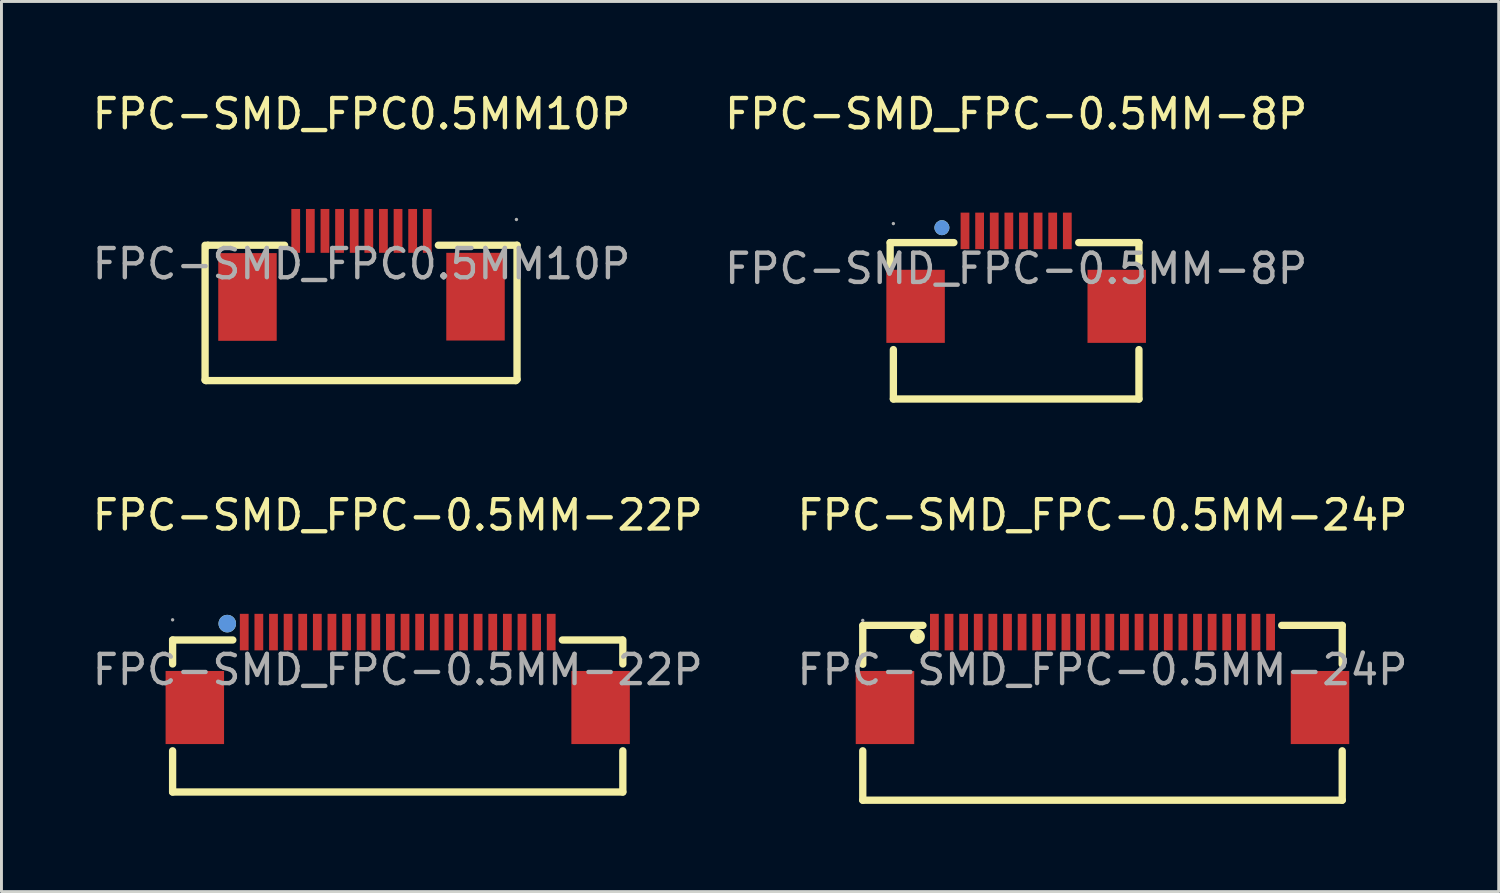
<source format=kicad_pcb>
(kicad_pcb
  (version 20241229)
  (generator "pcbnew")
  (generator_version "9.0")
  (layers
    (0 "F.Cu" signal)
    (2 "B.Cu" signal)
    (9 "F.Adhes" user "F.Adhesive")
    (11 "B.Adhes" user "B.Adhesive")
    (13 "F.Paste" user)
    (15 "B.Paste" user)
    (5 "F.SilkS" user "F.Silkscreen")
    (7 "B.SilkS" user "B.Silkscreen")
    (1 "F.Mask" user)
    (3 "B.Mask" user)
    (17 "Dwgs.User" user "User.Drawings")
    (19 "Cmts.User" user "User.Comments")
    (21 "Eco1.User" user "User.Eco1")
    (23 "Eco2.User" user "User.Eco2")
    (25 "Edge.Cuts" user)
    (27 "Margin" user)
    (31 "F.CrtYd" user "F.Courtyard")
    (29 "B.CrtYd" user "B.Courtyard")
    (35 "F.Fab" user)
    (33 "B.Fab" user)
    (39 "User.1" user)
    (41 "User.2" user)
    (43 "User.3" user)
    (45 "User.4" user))
  (footprint "FPC-SMD_FPC0.5MM10P"
    (layer "F.Cu")
    (at 9.315 5.978)
    (property "Reference" "FPC-SMD_FPC0.5MM10P" (at 0 -5.13 0) (layer "F.SilkS") (effects (font (size 1 1) (thickness 0.15))))
    (attr through_hole)
    (fp_line (start -5.35 -0.64) (end -5.35 3.97) (stroke (width 0.25) (type solid)) (layer "F.SilkS"))
    (fp_line (start -5.35 3.97) (end -5.32 3.99) (stroke (width 0.25) (type solid)) (layer "F.SilkS"))
    (fp_line (start -5.32 3.99) (end 5.28 3.99) (stroke (width 0.25) (type solid)) (layer "F.SilkS"))
    (fp_line (start -5.26 -0.64) (end -5.31 -0.59) (stroke (width 0.25) (type solid)) (layer "F.SilkS"))
    (fp_line (start -2.63 -0.64) (end -5.26 -0.64) (stroke (width 0.25) (type solid)) (layer "F.SilkS"))
    (fp_line (start 5.28 3.99) (end 5.32 3.95) (stroke (width 0.25) (type solid)) (layer "F.SilkS"))
    (fp_line (start 5.32 -0.64) (end 2.63 -0.64) (stroke (width 0.25) (type solid)) (layer "F.SilkS"))
    (fp_line (start 5.32 3.95) (end 5.32 -0.64) (stroke (width 0.25) (type solid)) (layer "F.SilkS"))
    (fp_circle (center 5.3 -1.52) (end 5.33 -1.52) (stroke (width 0.06) (type solid)) (fill no) (layer "F.Fab"))
    (fp_text user "${REFERENCE}" (at 0 0 0) (layer "F.Fab") (effects (font (size 1 1) (thickness 0.15))))
    (pad "1" smd rect (at 2.25 -1.13) (size 0.3 1.5) (layers "F.Cu" "F.Mask" "F.Paste"))
    (pad "2" smd rect (at 1.75 -1.13) (size 0.3 1.5) (layers "F.Cu" "F.Mask" "F.Paste"))
    (pad "3" smd rect (at 1.25 -1.13) (size 0.3 1.5) (layers "F.Cu" "F.Mask" "F.Paste"))
    (pad "4" smd rect (at 0.75 -1.13) (size 0.3 1.5) (layers "F.Cu" "F.Mask" "F.Paste"))
    (pad "5" smd rect (at 0.25 -1.13) (size 0.3 1.5) (layers "F.Cu" "F.Mask" "F.Paste"))
    (pad "6" smd rect (at -0.25 -1.13) (size 0.3 1.5) (layers "F.Cu" "F.Mask" "F.Paste"))
    (pad "7" smd rect (at -0.75 -1.13) (size 0.3 1.5) (layers "F.Cu" "F.Mask" "F.Paste"))
    (pad "8" smd rect (at -1.25 -1.13) (size 0.3 1.5) (layers "F.Cu" "F.Mask" "F.Paste"))
    (pad "9" smd rect (at -1.75 -1.13) (size 0.3 1.5) (layers "F.Cu" "F.Mask" "F.Paste"))
    (pad "10" smd rect (at -2.25 -1.13) (size 0.3 1.5) (layers "F.Cu" "F.Mask" "F.Paste"))
    (pad "11" smd rect (at -3.9 1.13) (size 2 3) (layers "F.Cu" "F.Mask" "F.Paste"))
    (pad "12" smd rect (at 3.9 1.12) (size 2 3) (layers "F.Cu" "F.Mask" "F.Paste")))
  (footprint "FPC-SMD_FPC-0.5MM-24P"
    (layer "F.Cu")
    (at 34.661 19.861)
    (property "Reference" "FPC-SMD_FPC-0.5MM-24P" (at 0 -5.29 0) (layer "F.SilkS") (effects (font (size 1 1) (thickness 0.15))))
    (attr through_hole)
    (fp_line (start -8.2 -0.19) (end -8.2 -1.5) (stroke (width 0.25) (type solid)) (layer "F.SilkS"))
    (fp_line (start -8.2 4.46) (end -8.2 2.77) (stroke (width 0.25) (type solid)) (layer "F.SilkS"))
    (fp_line (start -6.14 -1.52) (end -8.2 -1.52) (stroke (width 0.25) (type solid)) (layer "F.SilkS"))
    (fp_line (start 8.2 -1.52) (end 6.13 -1.52) (stroke (width 0.25) (type solid)) (layer "F.SilkS"))
    (fp_line (start 8.2 -0.19) (end 8.2 -1.52) (stroke (width 0.25) (type solid)) (layer "F.SilkS"))
    (fp_line (start 8.2 4.46) (end -8.2 4.46) (stroke (width 0.25) (type solid)) (layer "F.SilkS"))
    (fp_line (start 8.2 4.46) (end 8.2 2.77) (stroke (width 0.25) (type solid)) (layer "F.SilkS"))
    (fp_circle (center -6.33 -1.14) (end -6.2 -1.14) (stroke (width 0.25) (type solid)) (fill no) (layer "F.SilkS"))
    (fp_circle (center -8.2 -1.69) (end -8.17 -1.69) (stroke (width 0.06) (type solid)) (fill no) (layer "F.Fab"))
    (fp_text user "${REFERENCE}" (at 0 0 0) (layer "F.Fab") (effects (font (size 1 1) (thickness 0.15))))
    (pad "1" smd rect (at -5.75 -1.29) (size 0.3 1.25) (layers "F.Cu" "F.Mask" "F.Paste"))
    (pad "2" smd rect (at -5.25 -1.29) (size 0.3 1.25) (layers "F.Cu" "F.Mask" "F.Paste"))
    (pad "3" smd rect (at -4.75 -1.29) (size 0.3 1.25) (layers "F.Cu" "F.Mask" "F.Paste"))
    (pad "4" smd rect (at -4.25 -1.29) (size 0.3 1.25) (layers "F.Cu" "F.Mask" "F.Paste"))
    (pad "5" smd rect (at -3.75 -1.29) (size 0.3 1.25) (layers "F.Cu" "F.Mask" "F.Paste"))
    (pad "6" smd rect (at -3.25 -1.29) (size 0.3 1.25) (layers "F.Cu" "F.Mask" "F.Paste"))
    (pad "7" smd rect (at -2.75 -1.29) (size 0.3 1.25) (layers "F.Cu" "F.Mask" "F.Paste"))
    (pad "8" smd rect (at -2.25 -1.29) (size 0.3 1.25) (layers "F.Cu" "F.Mask" "F.Paste"))
    (pad "9" smd rect (at -1.75 -1.29) (size 0.3 1.25) (layers "F.Cu" "F.Mask" "F.Paste"))
    (pad "10" smd rect (at -1.25 -1.29) (size 0.3 1.25) (layers "F.Cu" "F.Mask" "F.Paste"))
    (pad "11" smd rect (at -0.75 -1.29) (size 0.3 1.25) (layers "F.Cu" "F.Mask" "F.Paste"))
    (pad "12" smd rect (at -0.25 -1.29) (size 0.3 1.25) (layers "F.Cu" "F.Mask" "F.Paste"))
    (pad "13" smd rect (at 0.25 -1.29) (size 0.3 1.25) (layers "F.Cu" "F.Mask" "F.Paste"))
    (pad "14" smd rect (at 0.75 -1.29) (size 0.3 1.25) (layers "F.Cu" "F.Mask" "F.Paste"))
    (pad "15" smd rect (at 1.25 -1.29) (size 0.3 1.25) (layers "F.Cu" "F.Mask" "F.Paste"))
    (pad "16" smd rect (at 1.75 -1.29) (size 0.3 1.25) (layers "F.Cu" "F.Mask" "F.Paste"))
    (pad "17" smd rect (at 2.25 -1.29) (size 0.3 1.25) (layers "F.Cu" "F.Mask" "F.Paste"))
    (pad "18" smd rect (at 2.75 -1.29) (size 0.3 1.25) (layers "F.Cu" "F.Mask" "F.Paste"))
    (pad "19" smd rect (at 3.25 -1.29) (size 0.3 1.25) (layers "F.Cu" "F.Mask" "F.Paste"))
    (pad "20" smd rect (at 3.75 -1.29) (size 0.3 1.25) (layers "F.Cu" "F.Mask" "F.Paste"))
    (pad "21" smd rect (at 4.25 -1.29) (size 0.3 1.25) (layers "F.Cu" "F.Mask" "F.Paste"))
    (pad "22" smd rect (at 4.75 -1.29) (size 0.3 1.25) (layers "F.Cu" "F.Mask" "F.Paste"))
    (pad "23" smd rect (at 5.25 -1.29) (size 0.3 1.25) (layers "F.Cu" "F.Mask" "F.Paste"))
    (pad "24" smd rect (at 5.75 -1.29) (size 0.3 1.25) (layers "F.Cu" "F.Mask" "F.Paste"))
    (pad "25" smd rect (at 7.44 1.29) (size 2 2.5) (layers "F.Cu" "F.Mask" "F.Paste"))
    (pad "26" smd rect (at -7.44 1.29) (size 2 2.5) (layers "F.Cu" "F.Mask" "F.Paste")))
  (footprint "FPC-SMD_FPC-0.5MM-8P"
    (layer "F.Cu")
    (at 31.708 6.138)
    (property "Reference" "FPC-SMD_FPC-0.5MM-8P" (at 0 -5.29 0) (layer "F.SilkS") (effects (font (size 1 1) (thickness 0.15))))
    (attr through_hole)
    (fp_line (start -4.31 -0.89) (end -4.31 -0.13) (stroke (width 0.25) (type solid)) (layer "F.SilkS"))
    (fp_line (start -4.2 4.46) (end -4.2 2.77) (stroke (width 0.25) (type solid)) (layer "F.SilkS"))
    (fp_line (start -2.13 -0.89) (end -4.31 -0.89) (stroke (width 0.25) (type solid)) (layer "F.SilkS"))
    (fp_line (start 4.2 -0.89) (end 2.14 -0.89) (stroke (width 0.25) (type solid)) (layer "F.SilkS"))
    (fp_line (start 4.2 -0.19) (end 4.2 -0.89) (stroke (width 0.25) (type solid)) (layer "F.SilkS"))
    (fp_line (start 4.2 4.46) (end -4.2 4.46) (stroke (width 0.25) (type solid)) (layer "F.SilkS"))
    (fp_line (start 4.2 4.46) (end 4.2 2.77) (stroke (width 0.25) (type solid)) (layer "F.SilkS"))
    (fp_circle (center -2.54 -1.4) (end -2.41 -1.4) (stroke (width 0.25) (type solid)) (fill no) (layer "F.SilkS"))
    (fp_circle (center -2.54 -1.4) (end -2.41 -1.4) (stroke (width 0.25) (type solid)) (fill no) (layer "Cmts.User"))
    (fp_circle (center -4.2 -1.54) (end -4.17 -1.54) (stroke (width 0.06) (type solid)) (fill no) (layer "F.Fab"))
    (fp_text user "${REFERENCE}" (at 0 0 0) (layer "F.Fab") (effects (font (size 1 1) (thickness 0.15))))
    (pad "1" smd rect (at -1.75 -1.29) (size 0.3 1.25) (layers "F.Cu" "F.Mask" "F.Paste"))
    (pad "2" smd rect (at -1.25 -1.29) (size 0.3 1.25) (layers "F.Cu" "F.Mask" "F.Paste"))
    (pad "3" smd rect (at -0.75 -1.29) (size 0.3 1.25) (layers "F.Cu" "F.Mask" "F.Paste"))
    (pad "4" smd rect (at -0.25 -1.29) (size 0.3 1.25) (layers "F.Cu" "F.Mask" "F.Paste"))
    (pad "5" smd rect (at 0.25 -1.29) (size 0.3 1.25) (layers "F.Cu" "F.Mask" "F.Paste"))
    (pad "6" smd rect (at 0.75 -1.29) (size 0.3 1.25) (layers "F.Cu" "F.Mask" "F.Paste"))
    (pad "7" smd rect (at 1.25 -1.29) (size 0.3 1.25) (layers "F.Cu" "F.Mask" "F.Paste"))
    (pad "8" smd rect (at 1.75 -1.29) (size 0.3 1.25) (layers "F.Cu" "F.Mask" "F.Paste"))
    (pad "9" smd rect (at 3.44 1.29) (size 2 2.5) (layers "F.Cu" "F.Mask" "F.Paste"))
    (pad "10" smd rect (at -3.44 1.29) (size 2 2.5) (layers "F.Cu" "F.Mask" "F.Paste")))
  (footprint "FPC-SMD_FPC-0.5MM-22P"
    (layer "F.Cu")
    (at 10.554 19.861)
    (property "Reference" "FPC-SMD_FPC-0.5MM-22P" (at 0 -5.29 0) (layer "F.SilkS") (effects (font (size 1 1) (thickness 0.15))))
    (attr through_hole)
    (fp_line (start -7.7 -1.02) (end -5.64 -1.02) (stroke (width 0.25) (type solid)) (layer "F.SilkS"))
    (fp_line (start -7.7 -0.2) (end -7.7 -1.02) (stroke (width 0.25) (type solid)) (layer "F.SilkS"))
    (fp_line (start -7.7 4.18) (end -7.7 2.77) (stroke (width 0.25) (type solid)) (layer "F.SilkS"))
    (fp_line (start 5.63 -1.02) (end 7.68 -1.02) (stroke (width 0.25) (type solid)) (layer "F.SilkS"))
    (fp_line (start 7.7 -1.02) (end 7.7 -0.2) (stroke (width 0.25) (type solid)) (layer "F.SilkS"))
    (fp_line (start 7.7 2.77) (end 7.7 4.18) (stroke (width 0.25) (type solid)) (layer "F.SilkS"))
    (fp_line (start 7.7 4.18) (end -7.7 4.18) (stroke (width 0.25) (type solid)) (layer "F.SilkS"))
    (fp_circle (center -5.83 -1.58) (end -5.68 -1.58) (stroke (width 0.3) (type solid)) (fill no) (layer "F.SilkS"))
    (fp_circle (center -5.83 -1.58) (end -5.68 -1.58) (stroke (width 0.3) (type solid)) (fill no) (layer "Cmts.User"))
    (fp_circle (center -7.7 -1.71) (end -7.67 -1.71) (stroke (width 0.06) (type solid)) (fill no) (layer "F.Fab"))
    (fp_text user "${REFERENCE}" (at 0 0 0) (layer "F.Fab") (effects (font (size 1 1) (thickness 0.15))))
    (pad "1" smd rect (at -5.25 -1.29) (size 0.3 1.25) (layers "F.Cu" "F.Mask" "F.Paste"))
    (pad "2" smd rect (at -4.75 -1.29) (size 0.3 1.25) (layers "F.Cu" "F.Mask" "F.Paste"))
    (pad "3" smd rect (at -4.25 -1.29) (size 0.3 1.25) (layers "F.Cu" "F.Mask" "F.Paste"))
    (pad "4" smd rect (at -3.75 -1.29) (size 0.3 1.25) (layers "F.Cu" "F.Mask" "F.Paste"))
    (pad "5" smd rect (at -3.25 -1.29) (size 0.3 1.25) (layers "F.Cu" "F.Mask" "F.Paste"))
    (pad "6" smd rect (at -2.75 -1.29) (size 0.3 1.25) (layers "F.Cu" "F.Mask" "F.Paste"))
    (pad "7" smd rect (at -2.25 -1.29) (size 0.3 1.25) (layers "F.Cu" "F.Mask" "F.Paste"))
    (pad "8" smd rect (at -1.75 -1.29) (size 0.3 1.25) (layers "F.Cu" "F.Mask" "F.Paste"))
    (pad "9" smd rect (at -1.25 -1.29) (size 0.3 1.25) (layers "F.Cu" "F.Mask" "F.Paste"))
    (pad "10" smd rect (at -0.75 -1.29) (size 0.3 1.25) (layers "F.Cu" "F.Mask" "F.Paste"))
    (pad "11" smd rect (at -0.25 -1.29) (size 0.3 1.25) (layers "F.Cu" "F.Mask" "F.Paste"))
    (pad "12" smd rect (at 0.25 -1.29) (size 0.3 1.25) (layers "F.Cu" "F.Mask" "F.Paste"))
    (pad "13" smd rect (at 0.75 -1.29) (size 0.3 1.25) (layers "F.Cu" "F.Mask" "F.Paste"))
    (pad "14" smd rect (at 1.25 -1.29) (size 0.3 1.25) (layers "F.Cu" "F.Mask" "F.Paste"))
    (pad "15" smd rect (at 1.75 -1.29) (size 0.3 1.25) (layers "F.Cu" "F.Mask" "F.Paste"))
    (pad "16" smd rect (at 2.25 -1.29) (size 0.3 1.25) (layers "F.Cu" "F.Mask" "F.Paste"))
    (pad "17" smd rect (at 2.75 -1.29) (size 0.3 1.25) (layers "F.Cu" "F.Mask" "F.Paste"))
    (pad "18" smd rect (at 3.25 -1.29) (size 0.3 1.25) (layers "F.Cu" "F.Mask" "F.Paste"))
    (pad "19" smd rect (at 3.75 -1.29) (size 0.3 1.25) (layers "F.Cu" "F.Mask" "F.Paste"))
    (pad "20" smd rect (at 4.25 -1.29) (size 0.3 1.25) (layers "F.Cu" "F.Mask" "F.Paste"))
    (pad "21" smd rect (at 4.75 -1.29) (size 0.3 1.25) (layers "F.Cu" "F.Mask" "F.Paste"))
    (pad "22" smd rect (at 5.25 -1.29) (size 0.3 1.25) (layers "F.Cu" "F.Mask" "F.Paste"))
    (pad "23" smd rect (at 6.94 1.29) (size 2 2.5) (layers "F.Cu" "F.Mask" "F.Paste"))
    (pad "24" smd rect (at -6.94 1.29) (size 2 2.5) (layers "F.Cu" "F.Mask" "F.Paste")))
  (gr_rect
    (start -3 -3)
    (end 48.214 27.447)
    (stroke (width 0.1) (type default))
    (fill no)
    (layer "Edge.Cuts")))
</source>
